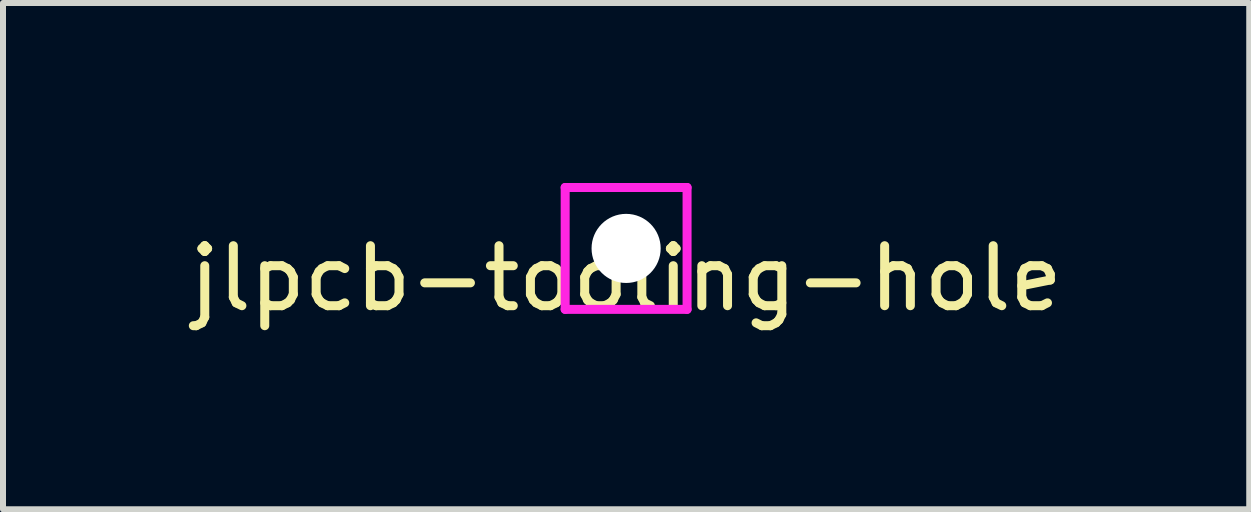
<source format=kicad_pcb>
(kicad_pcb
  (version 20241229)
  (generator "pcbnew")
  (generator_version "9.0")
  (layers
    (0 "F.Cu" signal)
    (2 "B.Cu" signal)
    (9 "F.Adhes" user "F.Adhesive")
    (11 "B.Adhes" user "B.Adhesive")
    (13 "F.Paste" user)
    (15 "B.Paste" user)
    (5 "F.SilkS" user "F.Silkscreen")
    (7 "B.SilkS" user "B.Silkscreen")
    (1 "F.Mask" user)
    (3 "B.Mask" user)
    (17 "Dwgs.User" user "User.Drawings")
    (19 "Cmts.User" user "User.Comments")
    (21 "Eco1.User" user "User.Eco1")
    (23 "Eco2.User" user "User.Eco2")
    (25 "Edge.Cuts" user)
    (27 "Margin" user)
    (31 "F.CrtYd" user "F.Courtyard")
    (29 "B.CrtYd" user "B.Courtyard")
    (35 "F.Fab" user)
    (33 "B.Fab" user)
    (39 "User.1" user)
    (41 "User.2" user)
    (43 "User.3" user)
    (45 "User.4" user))
  (footprint "jlpcb-tooling-hole"
    (layer "F.Cu")
    (at 7.387 1.091)
    (property "Reference" "jlpcb-tooling-hole" (at 0 0.5 0) (layer "F.SilkS") (effects (font (size 1 1) (thickness 0.15))))
    (attr through_hole)
    (fp_line (start -1.016 -1.016) (end 1.016 -1.016) (stroke (width 0.15) (type solid)) (layer "F.CrtYd"))
    (fp_line (start -1.016 1.016) (end -1.016 -1.016) (stroke (width 0.15) (type solid)) (layer "F.CrtYd"))
    (fp_line (start 1.016 -1.016) (end 1.016 1.016) (stroke (width 0.15) (type solid)) (layer "F.CrtYd"))
    (fp_line (start 1.016 1.016) (end -1.016 1.016) (stroke (width 0.15) (type solid)) (layer "F.CrtYd"))
    (pad "" np_thru_hole circle (at 0 0) (size 1.152 1.152) (drill 1.152) (layers "*.Cu" "*.Mask")))
  (gr_rect
    (start -3 -3)
    (end 17.774 5.439)
    (stroke (width 0.1) (type default))
    (fill no)
    (layer "Edge.Cuts")))
</source>
